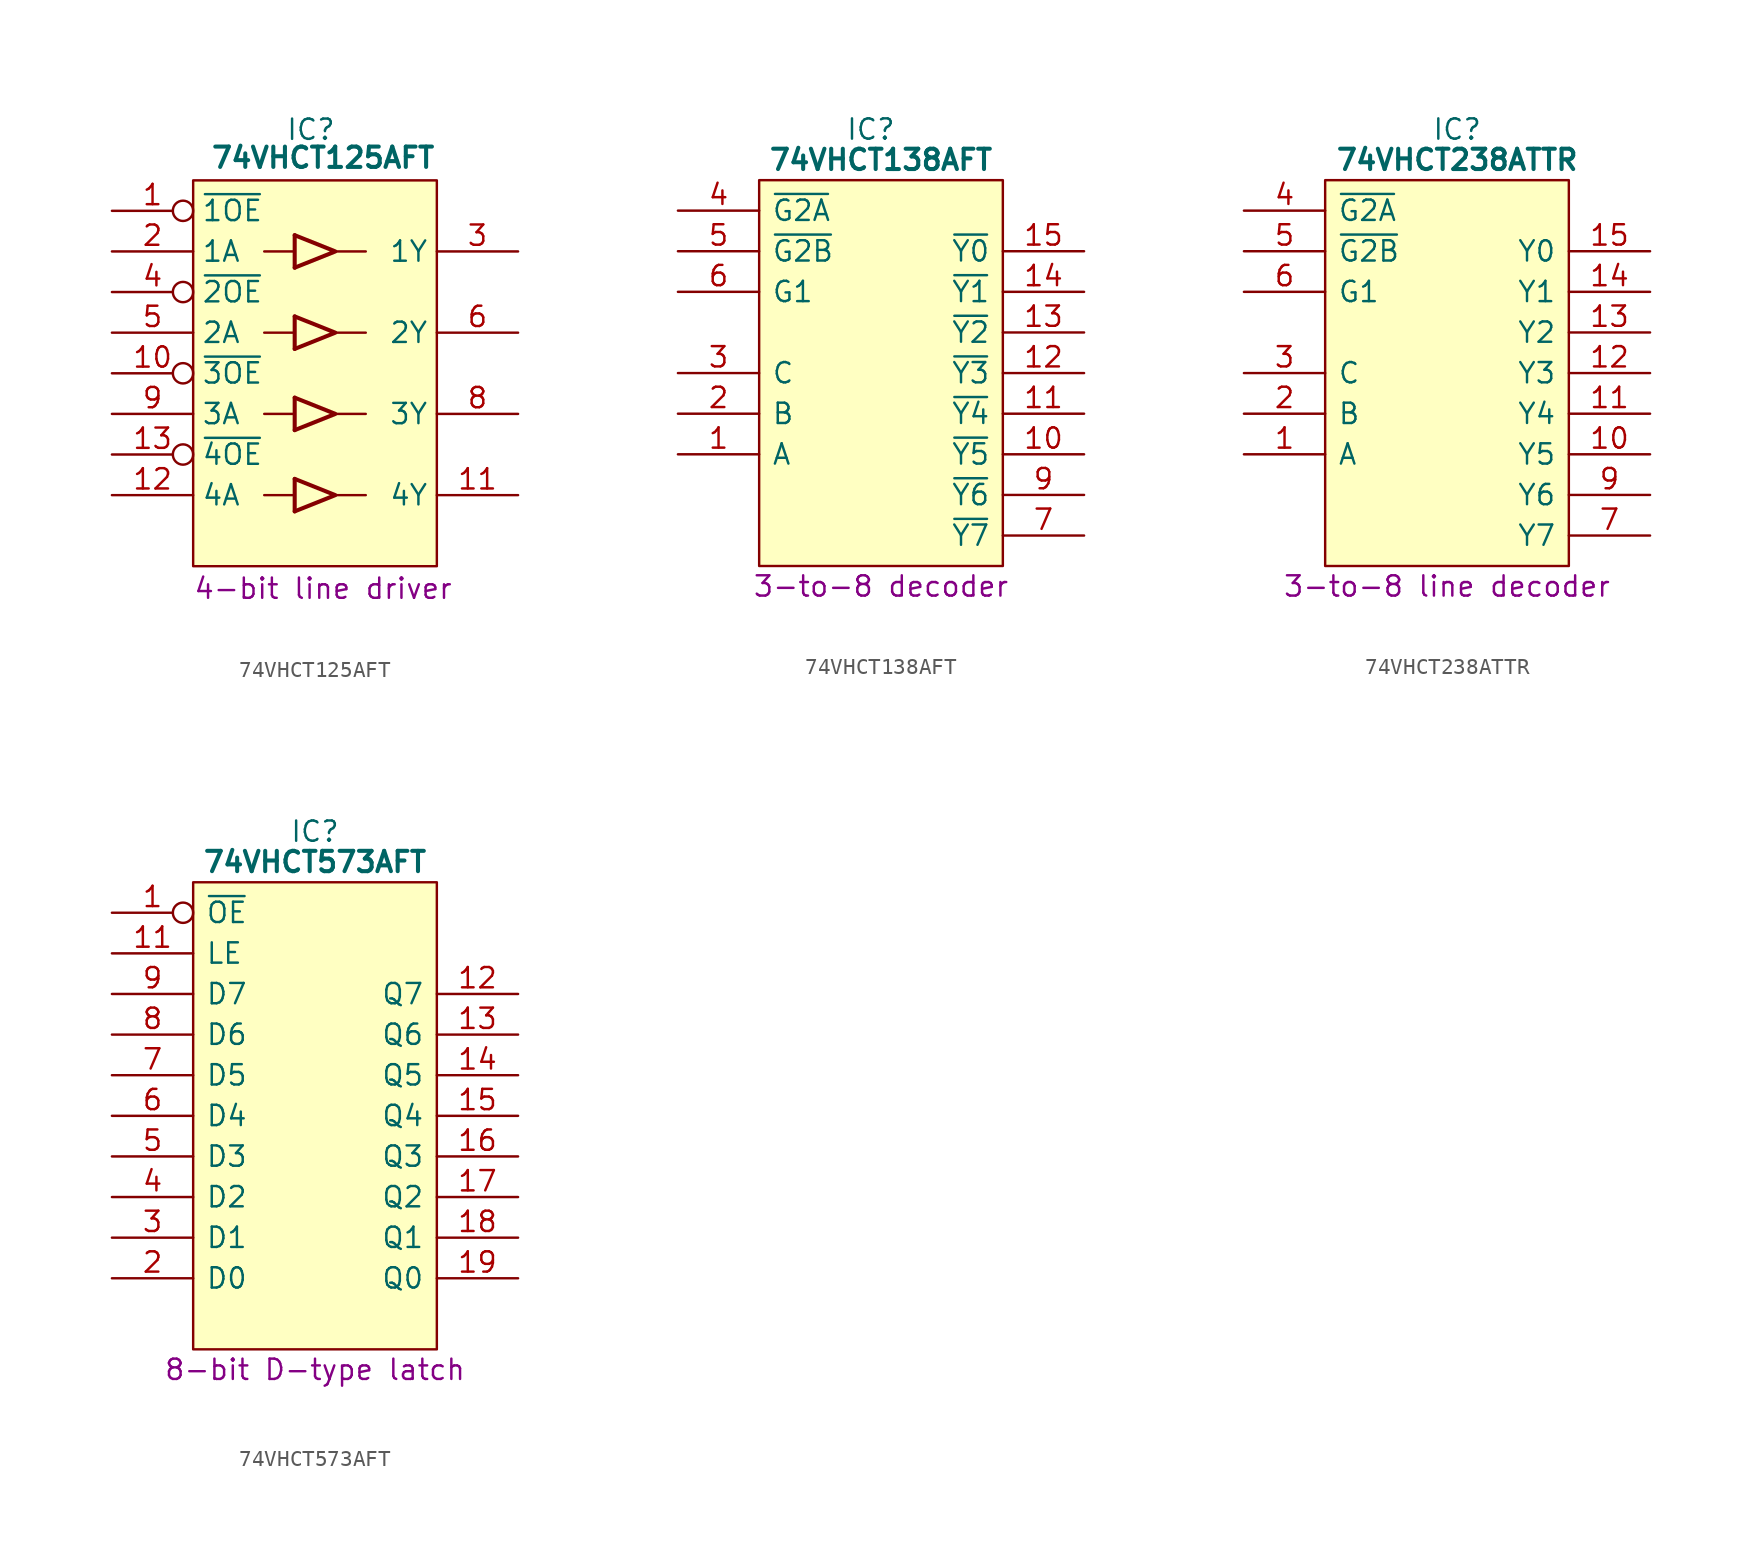
<source format=kicad_sym>
(kicad_symbol_lib
  (version 20231120)
  (generator "kicad_symbol_editor")
  (generator_version "8.0")
  (symbol "74VHCT125AFT"
    (property "Reference" "IC"
      (at 12.446 5.08 0)
      (effects (font (size 1.27 1.27))))
    (property "Value" "74VHCT125AFT"
      (at 13.208 4.064 0)
      (effects (font (size 1.27 1.27) (bold yes)) (justify top)))
    (property "Description" "4-bit line driver "
      (at 13.208 -23.622 0)
      (effects (font (size 1.27 1.27))))
    (symbol "74VHCT125AFT_0_0"
      (pin tri_state line (at 25.4 -17.78 180) (length 5.08) (name "4Y" (effects (font (size 1.27 1.27)))) (number "11" (effects (font (size 1.27 1.27)))))
      (pin input line (at 0 -17.78 0) (length 5.08) (name "4A" (effects (font (size 1.27 1.27)))) (number "12" (effects (font (size 1.27 1.27)))))
      (pin input line (at 0 -2.54 0) (length 5.08) (name "1A" (effects (font (size 1.27 1.27)))) (number "2" (effects (font (size 1.27 1.27)))))
      (pin tri_state line (at 25.4 -2.54 180) (length 5.08) (name "1Y" (effects (font (size 1.27 1.27)))) (number "3" (effects (font (size 1.27 1.27)))))
      (pin input line (at 0 -7.62 0) (length 5.08) (name "2A" (effects (font (size 1.27 1.27)))) (number "5" (effects (font (size 1.27 1.27)))))
      (pin tri_state line (at 25.4 -7.62 180) (length 5.08) (name "2Y" (effects (font (size 1.27 1.27)))) (number "6" (effects (font (size 1.27 1.27)))))
      (pin tri_state line (at 25.4 -12.7 180) (length 5.08) (name "3Y" (effects (font (size 1.27 1.27)))) (number "8" (effects (font (size 1.27 1.27)))))
      (pin input line (at 0 -12.7 0) (length 5.08) (name "3A" (effects (font (size 1.27 1.27)))) (number "9" (effects (font (size 1.27 1.27))))))
    (symbol "74VHCT125AFT_0_1"
      (polyline (pts (xy 9.525 -17.78) (xy 11.43 -17.78)) (stroke (width 0) (type default)) (fill (type none)))
      (polyline (pts (xy 9.525 -12.7) (xy 11.43 -12.7)) (stroke (width 0) (type default)) (fill (type none)))
      (polyline (pts (xy 9.525 -7.62) (xy 11.43 -7.62)) (stroke (width 0) (type default)) (fill (type none)))
      (polyline (pts (xy 9.525 -2.54) (xy 11.43 -2.54)) (stroke (width 0) (type default)) (fill (type none)))
      (polyline (pts (xy 13.97 -17.78) (xy 15.875 -17.78)) (stroke (width 0) (type default)) (fill (type none)))
      (polyline (pts (xy 13.97 -12.7) (xy 15.875 -12.7)) (stroke (width 0) (type default)) (fill (type none)))
      (polyline (pts (xy 13.97 -7.62) (xy 15.875 -7.62)) (stroke (width 0) (type default)) (fill (type none)))
      (polyline (pts (xy 13.97 -2.54) (xy 15.875 -2.54)) (stroke (width 0) (type default)) (fill (type none)))
      (polyline (pts (xy 11.43 -18.796) (xy 13.97 -17.78) (xy 11.43 -16.764)) (stroke (width 0.254) (type default)) (fill (type none)))
      (polyline (pts (xy 11.43 -13.716) (xy 13.97 -12.7) (xy 11.43 -11.684)) (stroke (width 0.254) (type default)) (fill (type none)))
      (polyline (pts (xy 11.43 -8.636) (xy 13.97 -7.62) (xy 11.43 -6.604)) (stroke (width 0.254) (type default)) (fill (type none)))
      (polyline (pts (xy 11.43 -3.556) (xy 13.97 -2.54) (xy 11.43 -1.524)) (stroke (width 0.254) (type default)) (fill (type none)))
      (polyline (pts (xy 5.08 1.905) (xy 20.32 1.905) (xy 20.32 -22.225) (xy 5.08 -22.225) (xy 5.08 1.905)) (stroke (width 0.152) (type default)) (fill (type background)))
      (rectangle (start 11.43 -16.764) (end 11.43 -18.796) (stroke (width 0.254) (type default)) (fill (type background)))
      (rectangle (start 11.43 -11.684) (end 11.43 -13.716) (stroke (width 0.254) (type default)) (fill (type background)))
      (rectangle (start 11.43 -6.604) (end 11.43 -8.636) (stroke (width 0.254) (type default)) (fill (type background)))
      (rectangle (start 11.43 -1.524) (end 11.43 -3.556) (stroke (width 0.254) (type default)) (fill (type background))))
    (symbol "74VHCT125AFT_1_0"
      (pin input inverted (at 0 0 0) (length 5.08) (name "~{1OE}" (effects (font (size 1.27 1.27)))) (number "1" (effects (font (size 1.27 1.27)))))
      (pin input inverted (at 0 -10.16 0) (length 5.08) (name "~{3OE}" (effects (font (size 1.27 1.27)))) (number "10" (effects (font (size 1.27 1.27)))))
      (pin input inverted (at 0 -15.24 0) (length 5.08) (name "~{4OE}" (effects (font (size 1.27 1.27)))) (number "13" (effects (font (size 1.27 1.27)))))
      (pin passive line (at 25.4 0 180) (length 5.08) hide (name "5V" (effects (font (size 1.27 1.27)))) (number "14" (effects (font (size 1.27 1.27)))))
      (pin input inverted (at 0 -5.08 0) (length 5.08) (name "~{2OE}" (effects (font (size 1.27 1.27)))) (number "4" (effects (font (size 1.27 1.27)))))
      (pin passive line (at 0 -20.32 0) (length 5.08) hide (name "GND" (effects (font (size 1.27 1.27)))) (number "7" (effects (font (size 1.27 1.27)))))))
  (symbol "74VHCT138AFT"
    (pin_names
      (offset 0.762))
    (property "Reference" "IC"
      (at 12.065 5.08 0)
      (effects (font (size 1.27 1.27))))
    (property "Value" "74VHCT138AFT"
      (at 12.7 3.175 0)
      (effects (font (size 1.27 1.27) (bold yes))))
    (property "Description" "3-to-8 decoder"
      (at 12.7 -23.495 0)
      (effects (font (size 1.27 1.27))))
    (symbol "74VHCT138AFT_0_0"
      (pin input line (at 0 -15.24 0) (length 5.08) (name "A" (effects (font (size 1.27 1.27)))) (number "1" (effects (font (size 1.27 1.27)))))
      (pin output line (at 25.4 -15.24 180) (length 5.08) (name "~{Y5}" (effects (font (size 1.27 1.27)))) (number "10" (effects (font (size 1.27 1.27)))))
      (pin output line (at 25.4 -12.7 180) (length 5.08) (name "~{Y4}" (effects (font (size 1.27 1.27)))) (number "11" (effects (font (size 1.27 1.27)))))
      (pin output line (at 25.4 -10.16 180) (length 5.08) (name "~{Y3}" (effects (font (size 1.27 1.27)))) (number "12" (effects (font (size 1.27 1.27)))))
      (pin output line (at 25.4 -7.62 180) (length 5.08) (name "~{Y2}" (effects (font (size 1.27 1.27)))) (number "13" (effects (font (size 1.27 1.27)))))
      (pin output line (at 25.4 -5.08 180) (length 5.08) (name "~{Y1}" (effects (font (size 1.27 1.27)))) (number "14" (effects (font (size 1.27 1.27)))))
      (pin output line (at 25.4 -2.54 180) (length 5.08) (name "~{Y0}" (effects (font (size 1.27 1.27)))) (number "15" (effects (font (size 1.27 1.27)))))
      (pin passive line (at 25.4 0 180) (length 5.08) hide (name "5V" (effects (font (size 1.27 1.27)))) (number "16" (effects (font (size 1.27 1.27)))))
      (pin input line (at 0 -12.7 0) (length 5.08) (name "B" (effects (font (size 1.27 1.27)))) (number "2" (effects (font (size 1.27 1.27)))))
      (pin input line (at 0 -10.16 0) (length 5.08) (name "C" (effects (font (size 1.27 1.27)))) (number "3" (effects (font (size 1.27 1.27)))))
      (pin input line (at 0 0 0) (length 5.08) (name "~{G2A}" (effects (font (size 1.27 1.27)))) (number "4" (effects (font (size 1.27 1.27)))))
      (pin input line (at 0 -2.54 0) (length 5.08) (name "~{G2B}" (effects (font (size 1.27 1.27)))) (number "5" (effects (font (size 1.27 1.27)))))
      (pin input line (at 0 -5.08 0) (length 5.08) (name "G1" (effects (font (size 1.27 1.27)))) (number "6" (effects (font (size 1.27 1.27)))))
      (pin output line (at 25.4 -20.32 180) (length 5.08) (name "~{Y7}" (effects (font (size 1.27 1.27)))) (number "7" (effects (font (size 1.27 1.27)))))
      (pin passive line (at 0 -20.32 0) (length 5.08) hide (name "GND" (effects (font (size 1.27 1.27)))) (number "8" (effects (font (size 1.27 1.27)))))
      (pin output line (at 25.4 -17.78 180) (length 5.08) (name "~{Y6}" (effects (font (size 1.27 1.27)))) (number "9" (effects (font (size 1.27 1.27))))))
    (symbol "74VHCT138AFT_0_1"
      (polyline (pts (xy 5.08 1.905) (xy 20.32 1.905) (xy 20.32 -22.225) (xy 5.08 -22.225) (xy 5.08 1.905)) (stroke (width 0.152) (type default)) (fill (type background)))))
  (symbol "74VHCT238ATTR"
    (pin_names
      (offset 0.762))
    (property "Reference" "IC"
      (at 13.335 5.08 0)
      (effects (font (size 1.27 1.27))))
    (property "Value" "74VHCT238ATTR"
      (at 13.335 3.175 0)
      (effects (font (size 1.27 1.27) (bold yes))))
    (property "Description" "3-to-8 line decoder"
      (at 12.7 -23.495 0)
      (effects (font (size 1.27 1.27))))
    (symbol "74VHCT238ATTR_0_0"
      (pin input line (at 0 -15.24 0) (length 5.08) (name "A" (effects (font (size 1.27 1.27)))) (number "1" (effects (font (size 1.27 1.27)))))
      (pin output line (at 25.4 -15.24 180) (length 5.08) (name "Y5" (effects (font (size 1.27 1.27)))) (number "10" (effects (font (size 1.27 1.27)))))
      (pin output line (at 25.4 -12.7 180) (length 5.08) (name "Y4" (effects (font (size 1.27 1.27)))) (number "11" (effects (font (size 1.27 1.27)))))
      (pin output line (at 25.4 -10.16 180) (length 5.08) (name "Y3" (effects (font (size 1.27 1.27)))) (number "12" (effects (font (size 1.27 1.27)))))
      (pin output line (at 25.4 -7.62 180) (length 5.08) (name "Y2" (effects (font (size 1.27 1.27)))) (number "13" (effects (font (size 1.27 1.27)))))
      (pin output line (at 25.4 -5.08 180) (length 5.08) (name "Y1" (effects (font (size 1.27 1.27)))) (number "14" (effects (font (size 1.27 1.27)))))
      (pin output line (at 25.4 -2.54 180) (length 5.08) (name "Y0" (effects (font (size 1.27 1.27)))) (number "15" (effects (font (size 1.27 1.27)))))
      (pin input line (at 0 -12.7 0) (length 5.08) (name "B" (effects (font (size 1.27 1.27)))) (number "2" (effects (font (size 1.27 1.27)))))
      (pin input line (at 0 -10.16 0) (length 5.08) (name "C" (effects (font (size 1.27 1.27)))) (number "3" (effects (font (size 1.27 1.27)))))
      (pin input line (at 0 0 0) (length 5.08) (name "~{G2A}" (effects (font (size 1.27 1.27)))) (number "4" (effects (font (size 1.27 1.27)))))
      (pin input line (at 0 -2.54 0) (length 5.08) (name "~{G2B}" (effects (font (size 1.27 1.27)))) (number "5" (effects (font (size 1.27 1.27)))))
      (pin input line (at 0 -5.08 0) (length 5.08) (name "G1" (effects (font (size 1.27 1.27)))) (number "6" (effects (font (size 1.27 1.27)))))
      (pin output line (at 25.4 -20.32 180) (length 5.08) (name "Y7" (effects (font (size 1.27 1.27)))) (number "7" (effects (font (size 1.27 1.27)))))
      (pin output line (at 25.4 -17.78 180) (length 5.08) (name "Y6" (effects (font (size 1.27 1.27)))) (number "9" (effects (font (size 1.27 1.27))))))
    (symbol "74VHCT238ATTR_0_1"
      (polyline (pts (xy 5.08 1.905) (xy 20.32 1.905) (xy 20.32 -22.225) (xy 5.08 -22.225) (xy 5.08 1.905)) (stroke (width 0.152) (type default)) (fill (type background))))
    (symbol "74VHCT238ATTR_1_0"
      (pin passive line (at 25.4 0 180) (length 5.08) hide (name "5V" (effects (font (size 1.27 1.27)))) (number "16" (effects (font (size 1.27 1.27)))))
      (pin passive line (at 0 -20.32 0) (length 5.08) hide (name "GND" (effects (font (size 1.27 1.27)))) (number "8" (effects (font (size 1.27 1.27)))))))
  (symbol "74VHCT573AFT"
    (pin_names
      (offset 0.762))
    (property "Reference" "IC"
      (at 12.7 5.08 0)
      (effects (font (size 1.27 1.27))))
    (property "Value" "74VHCT573AFT"
      (at 12.7 3.175 0)
      (effects (font (size 1.27 1.27) (bold yes))))
    (property "Description" "8-bit D-type latch"
      (at 12.7 -28.575 0)
      (effects (font (size 1.27 1.27))))
    (symbol "74VHCT573AFT_0_0"
      (pin input inverted (at 0 0 0) (length 5.08) (name "~{OE}" (effects (font (size 1.27 1.27)))) (number "1" (effects (font (size 1.27 1.27)))))
      (pin passive line (at 0 -25.4 0) (length 5.08) hide (name "GND" (effects (font (size 1.27 1.27)))) (number "10" (effects (font (size 1.27 1.27)))))
      (pin input line (at 0 -2.54 0) (length 5.08) (name "LE" (effects (font (size 1.27 1.27)))) (number "11" (effects (font (size 1.27 1.27)))))
      (pin tri_state line (at 25.4 -5.08 180) (length 5.08) (name "Q7" (effects (font (size 1.27 1.27)))) (number "12" (effects (font (size 1.27 1.27)))))
      (pin tri_state line (at 25.4 -7.62 180) (length 5.08) (name "Q6" (effects (font (size 1.27 1.27)))) (number "13" (effects (font (size 1.27 1.27)))))
      (pin tri_state line (at 25.4 -10.16 180) (length 5.08) (name "Q5" (effects (font (size 1.27 1.27)))) (number "14" (effects (font (size 1.27 1.27)))))
      (pin tri_state line (at 25.4 -12.7 180) (length 5.08) (name "Q4" (effects (font (size 1.27 1.27)))) (number "15" (effects (font (size 1.27 1.27)))))
      (pin tri_state line (at 25.4 -15.24 180) (length 5.08) (name "Q3" (effects (font (size 1.27 1.27)))) (number "16" (effects (font (size 1.27 1.27)))))
      (pin tri_state line (at 25.4 -17.78 180) (length 5.08) (name "Q2" (effects (font (size 1.27 1.27)))) (number "17" (effects (font (size 1.27 1.27)))))
      (pin tri_state line (at 25.4 -20.32 180) (length 5.08) (name "Q1" (effects (font (size 1.27 1.27)))) (number "18" (effects (font (size 1.27 1.27)))))
      (pin tri_state line (at 25.4 -22.86 180) (length 5.08) (name "Q0" (effects (font (size 1.27 1.27)))) (number "19" (effects (font (size 1.27 1.27)))))
      (pin input line (at 0 -22.86 0) (length 5.08) (name "D0" (effects (font (size 1.27 1.27)))) (number "2" (effects (font (size 1.27 1.27)))))
      (pin passive line (at 25.4 0 180) (length 5.08) hide (name "5V" (effects (font (size 1.27 1.27)))) (number "20" (effects (font (size 1.27 1.27)))))
      (pin input line (at 0 -20.32 0) (length 5.08) (name "D1" (effects (font (size 1.27 1.27)))) (number "3" (effects (font (size 1.27 1.27)))))
      (pin input line (at 0 -17.78 0) (length 5.08) (name "D2" (effects (font (size 1.27 1.27)))) (number "4" (effects (font (size 1.27 1.27)))))
      (pin input line (at 0 -15.24 0) (length 5.08) (name "D3" (effects (font (size 1.27 1.27)))) (number "5" (effects (font (size 1.27 1.27)))))
      (pin input line (at 0 -12.7 0) (length 5.08) (name "D4" (effects (font (size 1.27 1.27)))) (number "6" (effects (font (size 1.27 1.27)))))
      (pin input line (at 0 -10.16 0) (length 5.08) (name "D5" (effects (font (size 1.27 1.27)))) (number "7" (effects (font (size 1.27 1.27)))))
      (pin input line (at 0 -7.62 0) (length 5.08) (name "D6" (effects (font (size 1.27 1.27)))) (number "8" (effects (font (size 1.27 1.27)))))
      (pin input line (at 0 -5.08 0) (length 5.08) (name "D7" (effects (font (size 1.27 1.27)))) (number "9" (effects (font (size 1.27 1.27))))))
    (symbol "74VHCT573AFT_0_1"
      (polyline (pts (xy 5.08 1.905) (xy 20.32 1.905) (xy 20.32 -27.305) (xy 5.08 -27.305) (xy 5.08 1.905)) (stroke (width 0.152) (type default)) (fill (type background))))))
</source>
